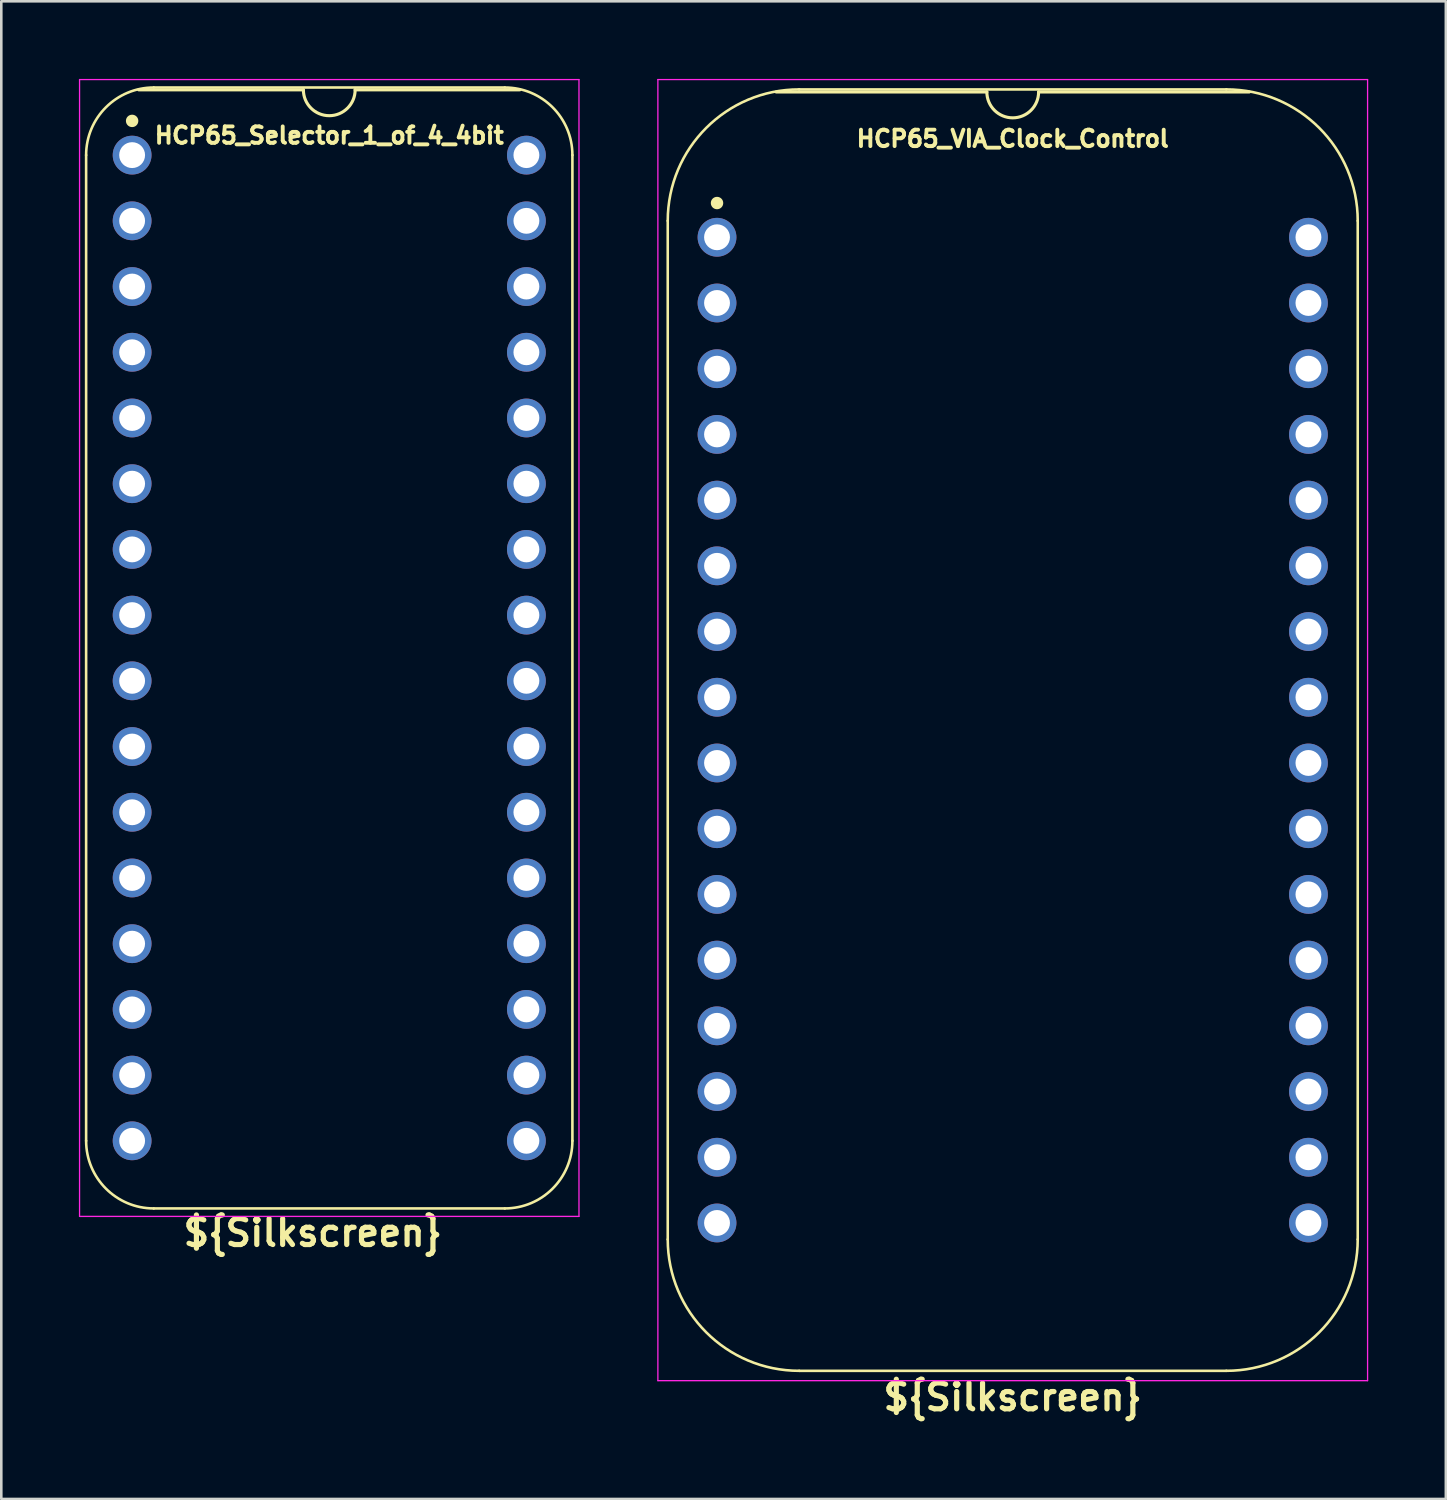
<source format=kicad_pcb>
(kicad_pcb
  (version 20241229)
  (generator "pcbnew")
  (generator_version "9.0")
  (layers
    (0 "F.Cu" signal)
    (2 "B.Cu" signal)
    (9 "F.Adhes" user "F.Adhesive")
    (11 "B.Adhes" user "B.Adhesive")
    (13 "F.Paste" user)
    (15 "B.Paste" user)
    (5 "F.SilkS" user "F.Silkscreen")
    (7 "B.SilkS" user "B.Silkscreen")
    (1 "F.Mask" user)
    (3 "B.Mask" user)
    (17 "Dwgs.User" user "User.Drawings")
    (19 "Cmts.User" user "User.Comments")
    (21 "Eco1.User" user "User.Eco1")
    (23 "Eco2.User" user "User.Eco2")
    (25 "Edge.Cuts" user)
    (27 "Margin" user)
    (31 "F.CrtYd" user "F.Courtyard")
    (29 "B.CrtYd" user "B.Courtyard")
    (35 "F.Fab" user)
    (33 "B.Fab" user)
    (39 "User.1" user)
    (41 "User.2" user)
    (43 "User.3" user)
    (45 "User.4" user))
  (footprint "HCP65_VIA_Clock_Control"
    (layer "F.Cu")
    (at 24.665 6.121)
    (property "Reference" "HCP65_VIA_Clock_Control" (at 11.43 -3.81 0) (layer "F.SilkS") (effects (font (size 0.635 0.635) (thickness 0.15))))
    (property "Silkscreen" "${Silkscreen}" (at 11.43 44.831 0) (layer "F.SilkS") (effects (font (size 1 1) (thickness 0.2))))
    (attr through_hole)
    (fp_line (start -1.905 -0.635) (end -1.905 38.735) (stroke (width 0.1) (type solid)) (layer "F.SilkS"))
    (fp_line (start 10.43 -5.616) (end 2.286 -5.616) (stroke (width 0.12) (type solid)) (layer "F.SilkS"))
    (fp_line (start 19.685 -5.715) (end 3.175 -5.715) (stroke (width 0.1) (type solid)) (layer "F.SilkS"))
    (fp_line (start 19.685 43.815) (end 3.175 43.815) (stroke (width 0.1) (type solid)) (layer "F.SilkS"))
    (fp_line (start 20.574 -5.616) (end 12.43 -5.616) (stroke (width 0.12) (type solid)) (layer "F.SilkS"))
    (fp_line (start 24.765 38.735) (end 24.765 -0.635) (stroke (width 0.1) (type solid)) (layer "F.SilkS"))
    (fp_arc (start -1.905 -0.635) (mid -0.417102 -4.227102) (end 3.175 -5.715) (stroke (width 0.1) (type solid)) (layer "F.SilkS"))
    (fp_arc (start 3.175 43.815) (mid -0.417102 42.327102) (end -1.905 38.735) (stroke (width 0.1) (type solid)) (layer "F.SilkS"))
    (fp_arc (start 12.43 -5.616) (mid 11.43 -4.616) (end 10.43 -5.616) (stroke (width 0.12) (type solid)) (layer "F.SilkS"))
    (fp_arc (start 19.685 -5.715) (mid 23.277102 -4.227102) (end 24.765 -0.635) (stroke (width 0.1) (type solid)) (layer "F.SilkS"))
    (fp_arc (start 24.765 38.735) (mid 23.277102 42.327102) (end 19.685 43.815) (stroke (width 0.1) (type solid)) (layer "F.SilkS"))
    (fp_circle (center 0 -1.323) (end 0.18 -1.323) (stroke (width 0.12) (type solid)) (fill yes) (layer "F.SilkS"))
    (fp_line (start -2.286 -6.096) (end -2.286 44.196) (stroke (width 0.05) (type solid)) (layer "F.CrtYd"))
    (fp_line (start -2.286 -6.096) (end 25.146 -6.096) (stroke (width 0.05) (type solid)) (layer "F.CrtYd"))
    (fp_line (start -2.286 44.196) (end 25.146 44.196) (stroke (width 0.05) (type solid)) (layer "F.CrtYd"))
    (fp_line (start 25.146 44.196) (end 25.146 -6.096) (stroke (width 0.05) (type solid)) (layer "F.CrtYd"))
    (pad "1" thru_hole circle (at 0 0) (size 1.5 1.5) (drill 1) (layers "*.Cu" "*.Mask"))
    (pad "2" thru_hole circle (at 0 2.54) (size 1.5 1.5) (drill 1) (layers "*.Cu" "*.Mask"))
    (pad "3" thru_hole circle (at 0 5.08) (size 1.5 1.5) (drill 1) (layers "*.Cu" "*.Mask"))
    (pad "4" thru_hole circle (at 0 7.62) (size 1.5 1.5) (drill 1) (layers "*.Cu" "*.Mask"))
    (pad "5" thru_hole circle (at 0 10.16) (size 1.5 1.5) (drill 1) (layers "*.Cu" "*.Mask"))
    (pad "6" thru_hole circle (at 0 12.7) (size 1.5 1.5) (drill 1) (layers "*.Cu" "*.Mask"))
    (pad "7" thru_hole circle (at 0 15.24) (size 1.5 1.5) (drill 1) (layers "*.Cu" "*.Mask"))
    (pad "8" thru_hole circle (at 0 17.78) (size 1.5 1.5) (drill 1) (layers "*.Cu" "*.Mask"))
    (pad "9" thru_hole circle (at 0 20.32) (size 1.5 1.5) (drill 1) (layers "*.Cu" "*.Mask"))
    (pad "10" thru_hole circle (at 0 22.86) (size 1.5 1.5) (drill 1) (layers "*.Cu" "*.Mask"))
    (pad "11" thru_hole circle (at 0 25.4) (size 1.5 1.5) (drill 1) (layers "*.Cu" "*.Mask"))
    (pad "12" thru_hole circle (at 0 27.94) (size 1.5 1.5) (drill 1) (layers "*.Cu" "*.Mask"))
    (pad "13" thru_hole circle (at 0 30.48) (size 1.5 1.5) (drill 1) (layers "*.Cu" "*.Mask"))
    (pad "14" thru_hole circle (at 0 33.02) (size 1.5 1.5) (drill 1) (layers "*.Cu" "*.Mask"))
    (pad "15" thru_hole circle (at 0 35.56) (size 1.5 1.5) (drill 1) (layers "*.Cu" "*.Mask"))
    (pad "16" thru_hole circle (at 0 38.1) (size 1.5 1.5) (drill 1) (layers "*.Cu" "*.Mask"))
    (pad "17" thru_hole circle (at 22.86 38.1) (size 1.5 1.5) (drill 1) (layers "*.Cu" "*.Mask"))
    (pad "18" thru_hole circle (at 22.86 35.56) (size 1.5 1.5) (drill 1) (layers "*.Cu" "*.Mask"))
    (pad "19" thru_hole circle (at 22.86 33.02) (size 1.5 1.5) (drill 1) (layers "*.Cu" "*.Mask"))
    (pad "20" thru_hole circle (at 22.86 30.48) (size 1.5 1.5) (drill 1) (layers "*.Cu" "*.Mask"))
    (pad "21" thru_hole circle (at 22.86 27.94) (size 1.5 1.5) (drill 1) (layers "*.Cu" "*.Mask"))
    (pad "22" thru_hole circle (at 22.86 25.4) (size 1.5 1.5) (drill 1) (layers "*.Cu" "*.Mask"))
    (pad "23" thru_hole circle (at 22.86 22.86) (size 1.5 1.5) (drill 1) (layers "*.Cu" "*.Mask"))
    (pad "24" thru_hole circle (at 22.86 20.32) (size 1.5 1.5) (drill 1) (layers "*.Cu" "*.Mask"))
    (pad "25" thru_hole circle (at 22.86 17.78) (size 1.5 1.5) (drill 1) (layers "*.Cu" "*.Mask"))
    (pad "26" thru_hole circle (at 22.86 15.24) (size 1.5 1.5) (drill 1) (layers "*.Cu" "*.Mask"))
    (pad "27" thru_hole circle (at 22.86 12.7) (size 1.5 1.5) (drill 1) (layers "*.Cu" "*.Mask"))
    (pad "28" thru_hole circle (at 22.86 10.16) (size 1.5 1.5) (drill 1) (layers "*.Cu" "*.Mask"))
    (pad "29" thru_hole circle (at 22.86 7.62) (size 1.5 1.5) (drill 1) (layers "*.Cu" "*.Mask"))
    (pad "30" thru_hole circle (at 22.86 5.08) (size 1.5 1.5) (drill 1) (layers "*.Cu" "*.Mask"))
    (pad "31" thru_hole circle (at 22.86 2.54) (size 1.5 1.5) (drill 1) (layers "*.Cu" "*.Mask"))
    (pad "32" thru_hole circle (at 22.86 0) (size 1.5 1.5) (drill 1) (layers "*.Cu" "*.Mask")))
  (footprint "HCP65_Selector_1_of_4_4bit"
    (layer "F.Cu")
    (at 2.057 2.946)
    (property "Reference" "HCP65_Selector_1_of_4_4bit" (at 7.62 -0.762 0) (layer "F.SilkS") (effects (font (size 0.635 0.635) (thickness 0.15))))
    (property "Silkscreen" "${Silkscreen}" (at 6.985 41.656 0) (layer "F.SilkS") (effects (font (size 1 1) (thickness 0.2))))
    (attr through_hole)
    (fp_line (start -1.778 38.1) (end -1.778 0) (stroke (width 0.1) (type solid)) (layer "F.SilkS"))
    (fp_line (start 0.836 -2.614) (end 14.404 -2.614) (stroke (width 0.1) (type solid)) (layer "F.SilkS"))
    (fp_line (start 6.62 -2.524) (end 0.254 -2.524) (stroke (width 0.12) (type solid)) (layer "F.SilkS"))
    (fp_line (start 14.404 40.714) (end 0.836 40.714) (stroke (width 0.1) (type solid)) (layer "F.SilkS"))
    (fp_line (start 14.986 -2.524) (end 8.62 -2.524) (stroke (width 0.12) (type solid)) (layer "F.SilkS"))
    (fp_line (start 17.018 38.1) (end 17.018 -0.000001) (stroke (width 0.1) (type solid)) (layer "F.SilkS"))
    (fp_arc (start -1.778 0) (mid -1.012456 -1.848188) (end 0.835732 -2.613732) (stroke (width 0.1) (type solid)) (layer "F.SilkS"))
    (fp_arc (start 0.835733 40.713733) (mid -1.012456 39.948189) (end -1.778 38.1) (stroke (width 0.1) (type solid)) (layer "F.SilkS"))
    (fp_arc (start 8.62 -2.524) (mid 7.62 -1.524) (end 6.62 -2.524) (stroke (width 0.12) (type solid)) (layer "F.SilkS"))
    (fp_arc (start 14.404267 -2.613733) (mid 16.252455 -1.848189) (end 17.017999 -0.000001) (stroke (width 0.1) (type solid)) (layer "F.SilkS"))
    (fp_arc (start 17.018 38.1) (mid 16.252455 39.948187) (end 14.404268 40.713732) (stroke (width 0.1) (type solid)) (layer "F.SilkS"))
    (fp_circle (center 0 -1.323) (end 0.18 -1.323) (stroke (width 0.12) (type solid)) (fill yes) (layer "F.SilkS"))
    (fp_line (start -2.032 -2.921) (end -2.032 41.021) (stroke (width 0.05) (type solid)) (layer "F.CrtYd"))
    (fp_line (start -2.032 -2.921) (end 17.272 -2.921) (stroke (width 0.05) (type solid)) (layer "F.CrtYd"))
    (fp_line (start -2.032 41.021) (end 17.272 41.021) (stroke (width 0.05) (type solid)) (layer "F.CrtYd"))
    (fp_line (start 17.272 -2.921) (end 17.272 41.021) (stroke (width 0.05) (type solid)) (layer "F.CrtYd"))
    (pad "1" thru_hole circle (at 0 0) (size 1.5 1.5) (drill 1) (layers "*.Cu" "*.Mask"))
    (pad "2" thru_hole circle (at 0 2.54) (size 1.5 1.5) (drill 1) (layers "*.Cu" "*.Mask"))
    (pad "3" thru_hole circle (at 0 5.08) (size 1.5 1.5) (drill 1) (layers "*.Cu" "*.Mask"))
    (pad "4" thru_hole circle (at 0 7.62) (size 1.5 1.5) (drill 1) (layers "*.Cu" "*.Mask"))
    (pad "5" thru_hole circle (at 0 10.16) (size 1.5 1.5) (drill 1) (layers "*.Cu" "*.Mask"))
    (pad "6" thru_hole circle (at 0 12.7) (size 1.5 1.5) (drill 1) (layers "*.Cu" "*.Mask"))
    (pad "7" thru_hole circle (at 0 15.24) (size 1.5 1.5) (drill 1) (layers "*.Cu" "*.Mask"))
    (pad "8" thru_hole circle (at 0 17.78) (size 1.5 1.5) (drill 1) (layers "*.Cu" "*.Mask"))
    (pad "9" thru_hole circle (at 0 20.32) (size 1.5 1.5) (drill 1) (layers "*.Cu" "*.Mask"))
    (pad "10" thru_hole circle (at 0 22.86) (size 1.5 1.5) (drill 1) (layers "*.Cu" "*.Mask"))
    (pad "11" thru_hole circle (at 0 25.4) (size 1.5 1.5) (drill 1) (layers "*.Cu" "*.Mask"))
    (pad "12" thru_hole circle (at 0 27.94) (size 1.5 1.5) (drill 1) (layers "*.Cu" "*.Mask"))
    (pad "13" thru_hole circle (at 0 30.48) (size 1.5 1.5) (drill 1) (layers "*.Cu" "*.Mask"))
    (pad "14" thru_hole circle (at 0 33.02) (size 1.5 1.5) (drill 1) (layers "*.Cu" "*.Mask"))
    (pad "15" thru_hole circle (at 0 35.56) (size 1.5 1.5) (drill 1) (layers "*.Cu" "*.Mask"))
    (pad "16" thru_hole circle (at 0 38.1) (size 1.5 1.5) (drill 1) (layers "*.Cu" "*.Mask"))
    (pad "17" thru_hole circle (at 15.24 38.1) (size 1.5 1.5) (drill 1) (layers "*.Cu" "*.Mask"))
    (pad "18" thru_hole circle (at 15.24 35.56) (size 1.5 1.5) (drill 1) (layers "*.Cu" "*.Mask"))
    (pad "19" thru_hole circle (at 15.24 33.02) (size 1.5 1.5) (drill 1) (layers "*.Cu" "*.Mask"))
    (pad "20" thru_hole circle (at 15.24 30.48) (size 1.5 1.5) (drill 1) (layers "*.Cu" "*.Mask"))
    (pad "21" thru_hole circle (at 15.24 27.94) (size 1.5 1.5) (drill 1) (layers "*.Cu" "*.Mask"))
    (pad "22" thru_hole circle (at 15.24 25.4) (size 1.5 1.5) (drill 1) (layers "*.Cu" "*.Mask"))
    (pad "23" thru_hole circle (at 15.24 22.86) (size 1.5 1.5) (drill 1) (layers "*.Cu" "*.Mask"))
    (pad "24" thru_hole circle (at 15.24 20.32) (size 1.5 1.5) (drill 1) (layers "*.Cu" "*.Mask"))
    (pad "25" thru_hole circle (at 15.24 17.78) (size 1.5 1.5) (drill 1) (layers "*.Cu" "*.Mask"))
    (pad "26" thru_hole circle (at 15.24 15.24) (size 1.5 1.5) (drill 1) (layers "*.Cu" "*.Mask"))
    (pad "27" thru_hole circle (at 15.24 12.7) (size 1.5 1.5) (drill 1) (layers "*.Cu" "*.Mask"))
    (pad "28" thru_hole circle (at 15.24 10.16) (size 1.5 1.5) (drill 1) (layers "*.Cu" "*.Mask"))
    (pad "29" thru_hole circle (at 15.24 7.62) (size 1.5 1.5) (drill 1) (layers "*.Cu" "*.Mask"))
    (pad "30" thru_hole circle (at 15.24 5.08) (size 1.5 1.5) (drill 1) (layers "*.Cu" "*.Mask"))
    (pad "31" thru_hole circle (at 15.24 2.54) (size 1.5 1.5) (drill 1) (layers "*.Cu" "*.Mask"))
    (pad "32" thru_hole circle (at 15.24 0) (size 1.5 1.5) (drill 1) (layers "*.Cu" "*.Mask")))
  (gr_rect
    (start -3 -3)
    (end 52.836 54.888)
    (stroke (width 0.1) (type default))
    (fill no)
    (layer "Edge.Cuts")))
</source>
